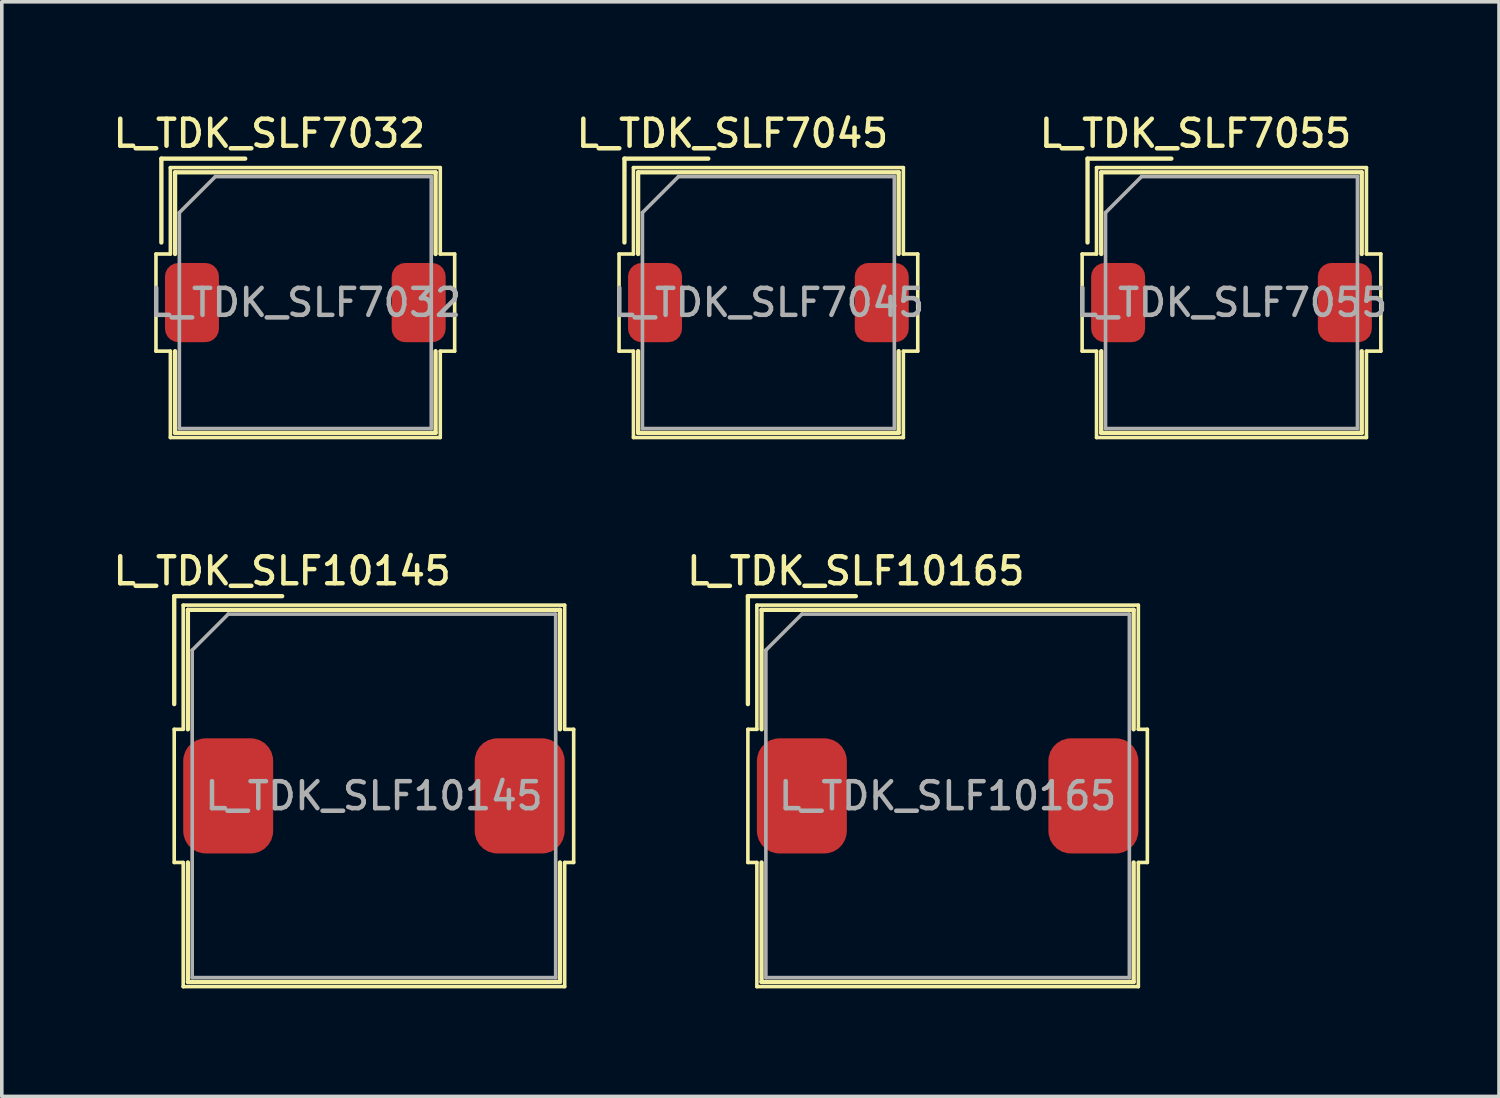
<source format=kicad_pcb>
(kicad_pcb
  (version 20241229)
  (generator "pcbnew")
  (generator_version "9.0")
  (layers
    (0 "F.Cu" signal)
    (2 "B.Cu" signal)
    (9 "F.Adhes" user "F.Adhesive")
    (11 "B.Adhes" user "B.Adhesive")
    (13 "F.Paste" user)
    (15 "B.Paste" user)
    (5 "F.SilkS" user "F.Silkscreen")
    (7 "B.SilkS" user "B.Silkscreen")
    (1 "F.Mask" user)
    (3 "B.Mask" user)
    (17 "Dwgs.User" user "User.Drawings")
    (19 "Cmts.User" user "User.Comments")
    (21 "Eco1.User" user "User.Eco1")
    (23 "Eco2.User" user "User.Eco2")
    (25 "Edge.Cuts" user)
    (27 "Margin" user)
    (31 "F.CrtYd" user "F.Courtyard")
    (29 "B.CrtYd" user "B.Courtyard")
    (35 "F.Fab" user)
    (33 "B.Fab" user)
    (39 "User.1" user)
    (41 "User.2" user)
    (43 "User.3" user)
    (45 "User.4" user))
  (footprint "L_TDK_SLF10145"
    (layer "F.Cu")
    (at 7.341 19.066)
    (property "Reference" "L_TDK_SLF10145" (at -2.55 -6.25 0) (layer "F.SilkS") (effects (font (size 0.75 0.75) (thickness 0.125))))
    (attr smd)
    (fp_line (start -5.55 -5.55) (end -2.55 -5.55) (stroke (width 0.12) (type solid)) (layer "F.SilkS"))
    (fp_line (start -5.55 -2.55) (end -5.55 -5.55) (stroke (width 0.12) (type solid)) (layer "F.SilkS"))
    (fp_line (start -5.55 -1.85) (end -5.55 1.85) (stroke (width 0.1) (type solid)) (layer "F.SilkS"))
    (fp_line (start -5.55 1.85) (end -5.3 1.85) (stroke (width 0.1) (type solid)) (layer "F.SilkS"))
    (fp_line (start -5.3 -5.3) (end -5.3 -1.85) (stroke (width 0.1) (type solid)) (layer "F.SilkS"))
    (fp_line (start -5.3 -5.3) (end 5.3 -5.3) (stroke (width 0.1) (type solid)) (layer "F.SilkS"))
    (fp_line (start -5.3 -1.85) (end -5.55 -1.85) (stroke (width 0.1) (type solid)) (layer "F.SilkS"))
    (fp_line (start -5.3 1.85) (end -5.3 5.3) (stroke (width 0.1) (type solid)) (layer "F.SilkS"))
    (fp_line (start -5.3 5.3) (end 5.3 5.3) (stroke (width 0.1) (type solid)) (layer "F.SilkS"))
    (fp_line (start -5.17 -5.17) (end -5.17 -1.85) (stroke (width 0.12) (type solid)) (layer "F.SilkS"))
    (fp_line (start -5.17 -5.17) (end 5.17 -5.17) (stroke (width 0.12) (type solid)) (layer "F.SilkS"))
    (fp_line (start -5.17 1.85) (end -5.17 5.17) (stroke (width 0.12) (type solid)) (layer "F.SilkS"))
    (fp_line (start -5.17 5.17) (end 5.17 5.17) (stroke (width 0.12) (type solid)) (layer "F.SilkS"))
    (fp_line (start 5.17 -5.17) (end 5.17 -1.85) (stroke (width 0.12) (type solid)) (layer "F.SilkS"))
    (fp_line (start 5.17 1.85) (end 5.17 5.17) (stroke (width 0.12) (type solid)) (layer "F.SilkS"))
    (fp_line (start 5.3 -5.3) (end 5.3 -1.85) (stroke (width 0.1) (type solid)) (layer "F.SilkS"))
    (fp_line (start 5.3 -1.85) (end 5.55 -1.85) (stroke (width 0.1) (type solid)) (layer "F.SilkS"))
    (fp_line (start 5.3 1.85) (end 5.3 5.3) (stroke (width 0.1) (type solid)) (layer "F.SilkS"))
    (fp_line (start 5.55 -1.85) (end 5.55 1.85) (stroke (width 0.1) (type solid)) (layer "F.SilkS"))
    (fp_line (start 5.55 1.85) (end 5.3 1.85) (stroke (width 0.1) (type solid)) (layer "F.SilkS"))
    (fp_line (start -5.05 -4.05) (end -4.05 -5.05) (stroke (width 0.1) (type solid)) (layer "F.Fab"))
    (fp_line (start -5.05 5.05) (end -5.05 -4.05) (stroke (width 0.1) (type solid)) (layer "F.Fab"))
    (fp_line (start -4.05 -5.05) (end 5.05 -5.05) (stroke (width 0.1) (type solid)) (layer "F.Fab"))
    (fp_line (start 5.05 -5.05) (end 5.05 5.05) (stroke (width 0.1) (type solid)) (layer "F.Fab"))
    (fp_line (start 5.05 5.05) (end -5.05 5.05) (stroke (width 0.1) (type solid)) (layer "F.Fab"))
    (fp_text user "${REFERENCE}" (at 0 0 0) (layer "F.Fab") (effects (font (size 0.75 0.75) (thickness 0.125))))
    (pad "1" smd roundrect (at -4.05 0) (size 2.5 3.2) (layers "F.Cu" "F.Mask" "F.Paste") (roundrect_rratio 0.25))
    (pad "2" smd roundrect (at 4.05 0) (size 2.5 3.2) (layers "F.Cu" "F.Mask" "F.Paste") (roundrect_rratio 0.25)))
  (footprint "L_TDK_SLF10165"
    (layer "F.Cu")
    (at 23.282 19.066)
    (property "Reference" "L_TDK_SLF10165" (at -2.55 -6.25 0) (layer "F.SilkS") (effects (font (size 0.75 0.75) (thickness 0.125))))
    (attr smd)
    (fp_line (start -5.55 -5.55) (end -2.55 -5.55) (stroke (width 0.12) (type solid)) (layer "F.SilkS"))
    (fp_line (start -5.55 -2.55) (end -5.55 -5.55) (stroke (width 0.12) (type solid)) (layer "F.SilkS"))
    (fp_line (start -5.55 -1.85) (end -5.55 1.85) (stroke (width 0.1) (type solid)) (layer "F.SilkS"))
    (fp_line (start -5.55 1.85) (end -5.3 1.85) (stroke (width 0.1) (type solid)) (layer "F.SilkS"))
    (fp_line (start -5.3 -5.3) (end -5.3 -1.85) (stroke (width 0.1) (type solid)) (layer "F.SilkS"))
    (fp_line (start -5.3 -5.3) (end 5.3 -5.3) (stroke (width 0.1) (type solid)) (layer "F.SilkS"))
    (fp_line (start -5.3 -1.85) (end -5.55 -1.85) (stroke (width 0.1) (type solid)) (layer "F.SilkS"))
    (fp_line (start -5.3 1.85) (end -5.3 5.3) (stroke (width 0.1) (type solid)) (layer "F.SilkS"))
    (fp_line (start -5.3 5.3) (end 5.3 5.3) (stroke (width 0.1) (type solid)) (layer "F.SilkS"))
    (fp_line (start -5.17 -5.17) (end -5.17 -1.85) (stroke (width 0.12) (type solid)) (layer "F.SilkS"))
    (fp_line (start -5.17 -5.17) (end 5.17 -5.17) (stroke (width 0.12) (type solid)) (layer "F.SilkS"))
    (fp_line (start -5.17 1.85) (end -5.17 5.17) (stroke (width 0.12) (type solid)) (layer "F.SilkS"))
    (fp_line (start -5.17 5.17) (end 5.17 5.17) (stroke (width 0.12) (type solid)) (layer "F.SilkS"))
    (fp_line (start 5.17 -5.17) (end 5.17 -1.85) (stroke (width 0.12) (type solid)) (layer "F.SilkS"))
    (fp_line (start 5.17 1.85) (end 5.17 5.17) (stroke (width 0.12) (type solid)) (layer "F.SilkS"))
    (fp_line (start 5.3 -5.3) (end 5.3 -1.85) (stroke (width 0.1) (type solid)) (layer "F.SilkS"))
    (fp_line (start 5.3 -1.85) (end 5.55 -1.85) (stroke (width 0.1) (type solid)) (layer "F.SilkS"))
    (fp_line (start 5.3 1.85) (end 5.3 5.3) (stroke (width 0.1) (type solid)) (layer "F.SilkS"))
    (fp_line (start 5.55 -1.85) (end 5.55 1.85) (stroke (width 0.1) (type solid)) (layer "F.SilkS"))
    (fp_line (start 5.55 1.85) (end 5.3 1.85) (stroke (width 0.1) (type solid)) (layer "F.SilkS"))
    (fp_line (start -5.05 -4.05) (end -4.05 -5.05) (stroke (width 0.1) (type solid)) (layer "F.Fab"))
    (fp_line (start -5.05 5.05) (end -5.05 -4.05) (stroke (width 0.1) (type solid)) (layer "F.Fab"))
    (fp_line (start -4.05 -5.05) (end 5.05 -5.05) (stroke (width 0.1) (type solid)) (layer "F.Fab"))
    (fp_line (start 5.05 -5.05) (end 5.05 5.05) (stroke (width 0.1) (type solid)) (layer "F.Fab"))
    (fp_line (start 5.05 5.05) (end -5.05 5.05) (stroke (width 0.1) (type solid)) (layer "F.Fab"))
    (fp_text user "${REFERENCE}" (at 0 0 0) (layer "F.Fab") (effects (font (size 0.75 0.75) (thickness 0.125))))
    (pad "1" smd roundrect (at -4.05 0) (size 2.5 3.2) (layers "F.Cu" "F.Mask" "F.Paste") (roundrect_rratio 0.25))
    (pad "2" smd roundrect (at 4.05 0) (size 2.5 3.2) (layers "F.Cu" "F.Mask" "F.Paste") (roundrect_rratio 0.25)))
  (footprint "L_TDK_SLF7032"
    (layer "F.Cu")
    (at 5.434 5.358)
    (property "Reference" "L_TDK_SLF7032" (at -1 -4.7 0) (layer "F.SilkS") (effects (font (size 0.75 0.75) (thickness 0.125))))
    (attr smd)
    (fp_line (start -4.15 -1.35) (end -4.15 1.35) (stroke (width 0.1) (type solid)) (layer "F.SilkS"))
    (fp_line (start -4.15 1.35) (end -3.75 1.35) (stroke (width 0.1) (type solid)) (layer "F.SilkS"))
    (fp_line (start -4 -4) (end -1.67 -4) (stroke (width 0.12) (type solid)) (layer "F.SilkS"))
    (fp_line (start -4 -1.67) (end -4 -4) (stroke (width 0.12) (type solid)) (layer "F.SilkS"))
    (fp_line (start -3.75 -3.75) (end -3.75 -1.35) (stroke (width 0.1) (type solid)) (layer "F.SilkS"))
    (fp_line (start -3.75 -3.75) (end 3.75 -3.75) (stroke (width 0.1) (type solid)) (layer "F.SilkS"))
    (fp_line (start -3.75 -1.35) (end -4.15 -1.35) (stroke (width 0.1) (type solid)) (layer "F.SilkS"))
    (fp_line (start -3.75 1.35) (end -3.75 3.75) (stroke (width 0.1) (type solid)) (layer "F.SilkS"))
    (fp_line (start -3.75 3.75) (end 3.75 3.75) (stroke (width 0.1) (type solid)) (layer "F.SilkS"))
    (fp_line (start -3.62 -3.62) (end -3.62 -1.35) (stroke (width 0.12) (type solid)) (layer "F.SilkS"))
    (fp_line (start -3.62 -3.62) (end 3.62 -3.62) (stroke (width 0.12) (type solid)) (layer "F.SilkS"))
    (fp_line (start -3.62 1.35) (end -3.62 3.62) (stroke (width 0.12) (type solid)) (layer "F.SilkS"))
    (fp_line (start -3.62 3.62) (end 3.62 3.62) (stroke (width 0.12) (type solid)) (layer "F.SilkS"))
    (fp_line (start 3.62 -3.62) (end 3.62 -1.35) (stroke (width 0.12) (type solid)) (layer "F.SilkS"))
    (fp_line (start 3.62 1.35) (end 3.62 3.62) (stroke (width 0.12) (type solid)) (layer "F.SilkS"))
    (fp_line (start 3.75 -3.75) (end 3.75 -1.35) (stroke (width 0.1) (type solid)) (layer "F.SilkS"))
    (fp_line (start 3.75 -1.35) (end 4.15 -1.35) (stroke (width 0.1) (type solid)) (layer "F.SilkS"))
    (fp_line (start 3.75 1.35) (end 3.75 3.75) (stroke (width 0.1) (type solid)) (layer "F.SilkS"))
    (fp_line (start 4.15 -1.35) (end 4.15 1.35) (stroke (width 0.1) (type solid)) (layer "F.SilkS"))
    (fp_line (start 4.15 1.35) (end 3.75 1.35) (stroke (width 0.1) (type solid)) (layer "F.SilkS"))
    (fp_line (start -3.5 -2.5) (end -2.5 -3.5) (stroke (width 0.1) (type solid)) (layer "F.Fab"))
    (fp_line (start -3.5 3.5) (end -3.5 -2.5) (stroke (width 0.1) (type solid)) (layer "F.Fab"))
    (fp_line (start -2.5 -3.5) (end 3.5 -3.5) (stroke (width 0.1) (type solid)) (layer "F.Fab"))
    (fp_line (start 3.5 -3.5) (end 3.5 3.5) (stroke (width 0.1) (type solid)) (layer "F.Fab"))
    (fp_line (start 3.5 3.5) (end -3.5 3.5) (stroke (width 0.1) (type solid)) (layer "F.Fab"))
    (fp_text user "${REFERENCE}" (at 0 0 0) (layer "F.Fab") (effects (font (size 0.75 0.75) (thickness 0.125))))
    (pad "1" smd roundrect (at -3.15 0) (size 1.5 2.2) (layers "F.Cu" "F.Mask" "F.Paste") (roundrect_rratio 0.25))
    (pad "2" smd roundrect (at 3.15 0) (size 1.5 2.2) (layers "F.Cu" "F.Mask" "F.Paste") (roundrect_rratio 0.25)))
  (footprint "L_TDK_SLF7055"
    (layer "F.Cu")
    (at 31.17 5.358)
    (property "Reference" "L_TDK_SLF7055" (at -1 -4.7 0) (layer "F.SilkS") (effects (font (size 0.75 0.75) (thickness 0.125))))
    (attr smd)
    (fp_line (start -4.15 -1.35) (end -4.15 1.35) (stroke (width 0.1) (type solid)) (layer "F.SilkS"))
    (fp_line (start -4.15 1.35) (end -3.75 1.35) (stroke (width 0.1) (type solid)) (layer "F.SilkS"))
    (fp_line (start -4 -4) (end -1.67 -4) (stroke (width 0.12) (type solid)) (layer "F.SilkS"))
    (fp_line (start -4 -1.67) (end -4 -4) (stroke (width 0.12) (type solid)) (layer "F.SilkS"))
    (fp_line (start -3.75 -3.75) (end -3.75 -1.35) (stroke (width 0.1) (type solid)) (layer "F.SilkS"))
    (fp_line (start -3.75 -3.75) (end 3.75 -3.75) (stroke (width 0.1) (type solid)) (layer "F.SilkS"))
    (fp_line (start -3.75 -1.35) (end -4.15 -1.35) (stroke (width 0.1) (type solid)) (layer "F.SilkS"))
    (fp_line (start -3.75 1.35) (end -3.75 3.75) (stroke (width 0.1) (type solid)) (layer "F.SilkS"))
    (fp_line (start -3.75 3.75) (end 3.75 3.75) (stroke (width 0.1) (type solid)) (layer "F.SilkS"))
    (fp_line (start -3.62 -3.62) (end -3.62 -1.35) (stroke (width 0.12) (type solid)) (layer "F.SilkS"))
    (fp_line (start -3.62 -3.62) (end 3.62 -3.62) (stroke (width 0.12) (type solid)) (layer "F.SilkS"))
    (fp_line (start -3.62 1.35) (end -3.62 3.62) (stroke (width 0.12) (type solid)) (layer "F.SilkS"))
    (fp_line (start -3.62 3.62) (end 3.62 3.62) (stroke (width 0.12) (type solid)) (layer "F.SilkS"))
    (fp_line (start 3.62 -3.62) (end 3.62 -1.35) (stroke (width 0.12) (type solid)) (layer "F.SilkS"))
    (fp_line (start 3.62 1.35) (end 3.62 3.62) (stroke (width 0.12) (type solid)) (layer "F.SilkS"))
    (fp_line (start 3.75 -3.75) (end 3.75 -1.35) (stroke (width 0.1) (type solid)) (layer "F.SilkS"))
    (fp_line (start 3.75 -1.35) (end 4.15 -1.35) (stroke (width 0.1) (type solid)) (layer "F.SilkS"))
    (fp_line (start 3.75 1.35) (end 3.75 3.75) (stroke (width 0.1) (type solid)) (layer "F.SilkS"))
    (fp_line (start 4.15 -1.35) (end 4.15 1.35) (stroke (width 0.1) (type solid)) (layer "F.SilkS"))
    (fp_line (start 4.15 1.35) (end 3.75 1.35) (stroke (width 0.1) (type solid)) (layer "F.SilkS"))
    (fp_line (start -3.5 -2.5) (end -2.5 -3.5) (stroke (width 0.1) (type solid)) (layer "F.Fab"))
    (fp_line (start -3.5 3.5) (end -3.5 -2.5) (stroke (width 0.1) (type solid)) (layer "F.Fab"))
    (fp_line (start -2.5 -3.5) (end 3.5 -3.5) (stroke (width 0.1) (type solid)) (layer "F.Fab"))
    (fp_line (start 3.5 -3.5) (end 3.5 3.5) (stroke (width 0.1) (type solid)) (layer "F.Fab"))
    (fp_line (start 3.5 3.5) (end -3.5 3.5) (stroke (width 0.1) (type solid)) (layer "F.Fab"))
    (fp_text user "${REFERENCE}" (at 0 0 0) (layer "F.Fab") (effects (font (size 0.75 0.75) (thickness 0.125))))
    (pad "1" smd roundrect (at -3.15 0) (size 1.5 2.2) (layers "F.Cu" "F.Mask" "F.Paste") (roundrect_rratio 0.25))
    (pad "2" smd roundrect (at 3.15 0) (size 1.5 2.2) (layers "F.Cu" "F.Mask" "F.Paste") (roundrect_rratio 0.25)))
  (footprint "L_TDK_SLF7045"
    (layer "F.Cu")
    (at 18.302 5.358)
    (property "Reference" "L_TDK_SLF7045" (at -1 -4.7 0) (layer "F.SilkS") (effects (font (size 0.75 0.75) (thickness 0.125))))
    (attr smd)
    (fp_line (start -4.15 -1.35) (end -4.15 1.35) (stroke (width 0.1) (type solid)) (layer "F.SilkS"))
    (fp_line (start -4.15 1.35) (end -3.75 1.35) (stroke (width 0.1) (type solid)) (layer "F.SilkS"))
    (fp_line (start -4 -4) (end -1.67 -4) (stroke (width 0.12) (type solid)) (layer "F.SilkS"))
    (fp_line (start -4 -1.67) (end -4 -4) (stroke (width 0.12) (type solid)) (layer "F.SilkS"))
    (fp_line (start -3.75 -3.75) (end -3.75 -1.35) (stroke (width 0.1) (type solid)) (layer "F.SilkS"))
    (fp_line (start -3.75 -3.75) (end 3.75 -3.75) (stroke (width 0.1) (type solid)) (layer "F.SilkS"))
    (fp_line (start -3.75 -1.35) (end -4.15 -1.35) (stroke (width 0.1) (type solid)) (layer "F.SilkS"))
    (fp_line (start -3.75 1.35) (end -3.75 3.75) (stroke (width 0.1) (type solid)) (layer "F.SilkS"))
    (fp_line (start -3.75 3.75) (end 3.75 3.75) (stroke (width 0.1) (type solid)) (layer "F.SilkS"))
    (fp_line (start -3.62 -3.62) (end -3.62 -1.35) (stroke (width 0.12) (type solid)) (layer "F.SilkS"))
    (fp_line (start -3.62 -3.62) (end 3.62 -3.62) (stroke (width 0.12) (type solid)) (layer "F.SilkS"))
    (fp_line (start -3.62 1.35) (end -3.62 3.62) (stroke (width 0.12) (type solid)) (layer "F.SilkS"))
    (fp_line (start -3.62 3.62) (end 3.62 3.62) (stroke (width 0.12) (type solid)) (layer "F.SilkS"))
    (fp_line (start 3.62 -3.62) (end 3.62 -1.35) (stroke (width 0.12) (type solid)) (layer "F.SilkS"))
    (fp_line (start 3.62 1.35) (end 3.62 3.62) (stroke (width 0.12) (type solid)) (layer "F.SilkS"))
    (fp_line (start 3.75 -3.75) (end 3.75 -1.35) (stroke (width 0.1) (type solid)) (layer "F.SilkS"))
    (fp_line (start 3.75 -1.35) (end 4.15 -1.35) (stroke (width 0.1) (type solid)) (layer "F.SilkS"))
    (fp_line (start 3.75 1.35) (end 3.75 3.75) (stroke (width 0.1) (type solid)) (layer "F.SilkS"))
    (fp_line (start 4.15 -1.35) (end 4.15 1.35) (stroke (width 0.1) (type solid)) (layer "F.SilkS"))
    (fp_line (start 4.15 1.35) (end 3.75 1.35) (stroke (width 0.1) (type solid)) (layer "F.SilkS"))
    (fp_line (start -3.5 -2.5) (end -2.5 -3.5) (stroke (width 0.1) (type solid)) (layer "F.Fab"))
    (fp_line (start -3.5 3.5) (end -3.5 -2.5) (stroke (width 0.1) (type solid)) (layer "F.Fab"))
    (fp_line (start -2.5 -3.5) (end 3.5 -3.5) (stroke (width 0.1) (type solid)) (layer "F.Fab"))
    (fp_line (start 3.5 -3.5) (end 3.5 3.5) (stroke (width 0.1) (type solid)) (layer "F.Fab"))
    (fp_line (start 3.5 3.5) (end -3.5 3.5) (stroke (width 0.1) (type solid)) (layer "F.Fab"))
    (fp_text user "${REFERENCE}" (at 0 0 0) (layer "F.Fab") (effects (font (size 0.75 0.75) (thickness 0.125))))
    (pad "1" smd roundrect (at -3.15 0) (size 1.5 2.2) (layers "F.Cu" "F.Mask" "F.Paste") (roundrect_rratio 0.25))
    (pad "2" smd roundrect (at 3.15 0) (size 1.5 2.2) (layers "F.Cu" "F.Mask" "F.Paste") (roundrect_rratio 0.25)))
  (gr_rect
    (start -3 -3)
    (end 38.604 27.416)
    (stroke (width 0.1) (type default))
    (fill no)
    (layer "Edge.Cuts")))
</source>
